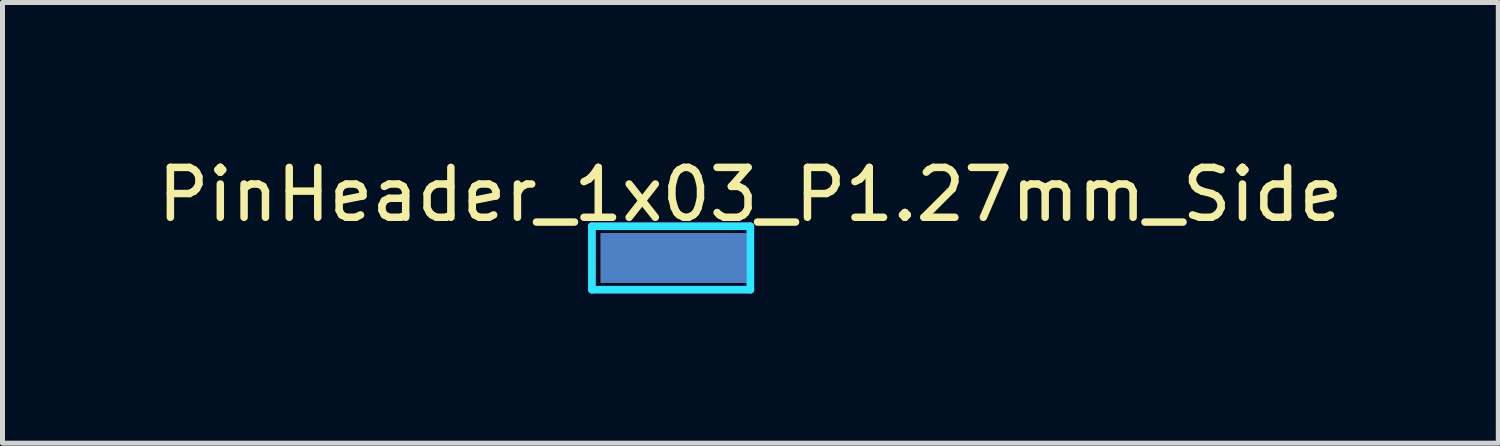
<source format=kicad_pcb>
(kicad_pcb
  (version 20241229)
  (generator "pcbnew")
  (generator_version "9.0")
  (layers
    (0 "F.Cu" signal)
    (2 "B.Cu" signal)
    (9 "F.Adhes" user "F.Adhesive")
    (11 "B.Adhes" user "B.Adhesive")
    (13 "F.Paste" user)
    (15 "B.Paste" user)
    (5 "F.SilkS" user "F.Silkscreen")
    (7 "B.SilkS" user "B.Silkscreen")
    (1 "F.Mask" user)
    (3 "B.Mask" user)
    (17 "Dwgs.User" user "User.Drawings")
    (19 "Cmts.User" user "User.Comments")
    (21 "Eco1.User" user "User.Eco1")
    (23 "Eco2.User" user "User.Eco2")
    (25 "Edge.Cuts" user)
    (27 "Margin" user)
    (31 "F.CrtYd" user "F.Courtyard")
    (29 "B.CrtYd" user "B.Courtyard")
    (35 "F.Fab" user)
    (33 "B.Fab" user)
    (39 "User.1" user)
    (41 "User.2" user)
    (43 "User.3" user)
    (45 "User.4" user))
  (footprint "PinHeader_1x03_P1.27mm_Side"
    (layer "F.Cu")
    (at 11.982 2.118)
    (property "Reference" "PinHeader_1x03_P1.27mm_Side" (at 0 -1.27 0) (layer "F.SilkS") (effects (font (size 1 1) (thickness 0.15))))
    (attr smd)
    (fp_line (start -3.175 -0.635) (end 0 -0.635) (stroke (width 0.15) (type solid)) (layer "B.CrtYd"))
    (fp_line (start -3.175 0.635) (end -3.175 -0.635) (stroke (width 0.15) (type solid)) (layer "B.CrtYd"))
    (fp_line (start 0 -0.635) (end 0 0.635) (stroke (width 0.15) (type solid)) (layer "B.CrtYd"))
    (fp_line (start 0 0.635) (end -3.175 0.635) (stroke (width 0.15) (type solid)) (layer "B.CrtYd"))
    (fp_line (start -3.175 -0.635) (end 0 -0.635) (stroke (width 0.15) (type solid)) (layer "F.CrtYd"))
    (fp_line (start -3.175 0.635) (end -3.175 -0.635) (stroke (width 0.15) (type solid)) (layer "F.CrtYd"))
    (fp_line (start 0 -0.635) (end 0 0.635) (stroke (width 0.15) (type solid)) (layer "F.CrtYd"))
    (fp_line (start 0 0.635) (end -3.175 0.635) (stroke (width 0.15) (type solid)) (layer "F.CrtYd"))
    (pad "" smd rect (at -1.5 0) (size 3 0.65) (layers "F.Mask" "F.Paste"))
    (pad "1" smd rect (at -1.5 0) (size 3 1) (layers "F.Cu" "F.Mask" "F.Paste"))
    (pad "2" smd rect (at -1.5 0) (size 3 1) (layers "F.Mask" "B.Cu" "F.Paste")))
  (gr_rect
    (start -3 -3)
    (end 26.964 5.828)
    (stroke (width 0.1) (type default))
    (fill no)
    (layer "Edge.Cuts")))
</source>
